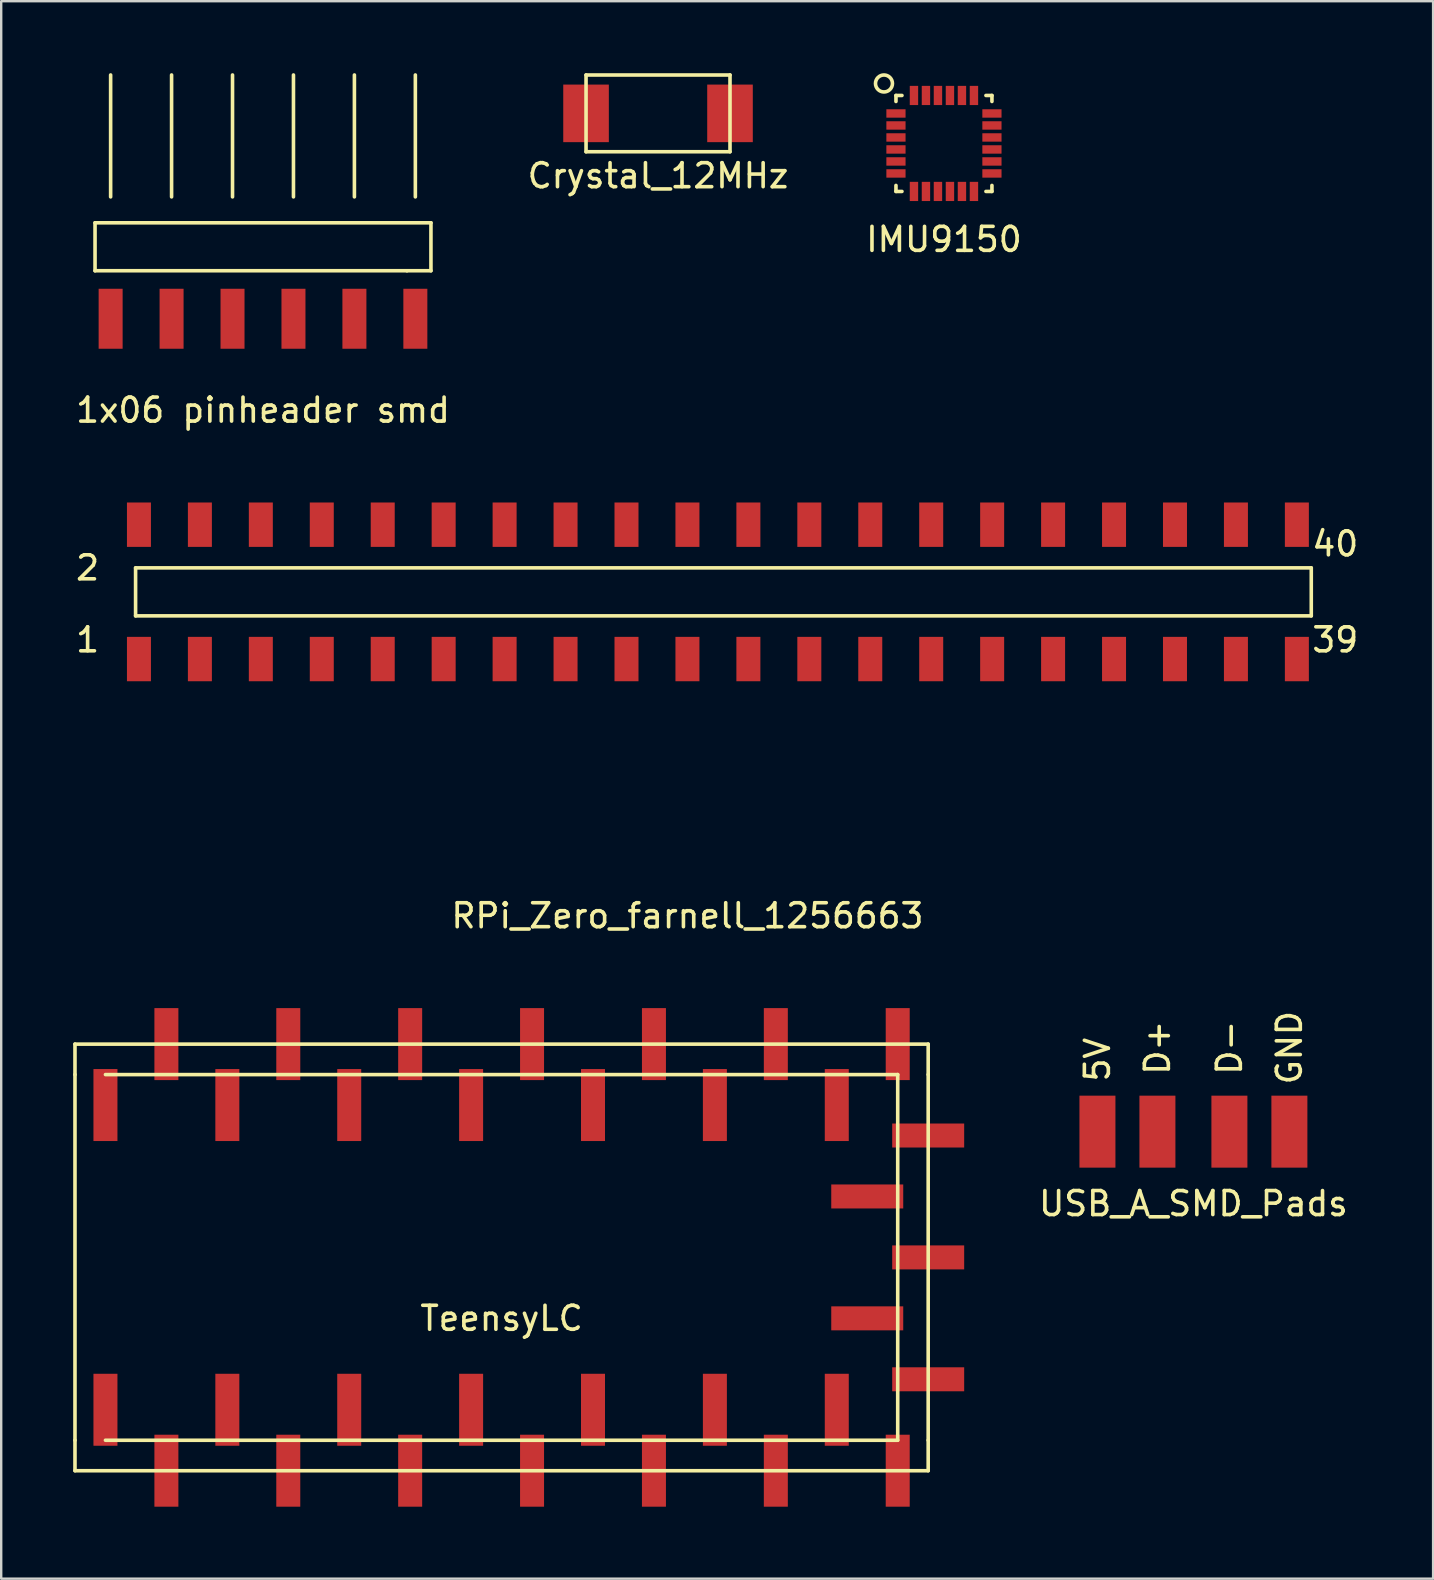
<source format=kicad_pcb>
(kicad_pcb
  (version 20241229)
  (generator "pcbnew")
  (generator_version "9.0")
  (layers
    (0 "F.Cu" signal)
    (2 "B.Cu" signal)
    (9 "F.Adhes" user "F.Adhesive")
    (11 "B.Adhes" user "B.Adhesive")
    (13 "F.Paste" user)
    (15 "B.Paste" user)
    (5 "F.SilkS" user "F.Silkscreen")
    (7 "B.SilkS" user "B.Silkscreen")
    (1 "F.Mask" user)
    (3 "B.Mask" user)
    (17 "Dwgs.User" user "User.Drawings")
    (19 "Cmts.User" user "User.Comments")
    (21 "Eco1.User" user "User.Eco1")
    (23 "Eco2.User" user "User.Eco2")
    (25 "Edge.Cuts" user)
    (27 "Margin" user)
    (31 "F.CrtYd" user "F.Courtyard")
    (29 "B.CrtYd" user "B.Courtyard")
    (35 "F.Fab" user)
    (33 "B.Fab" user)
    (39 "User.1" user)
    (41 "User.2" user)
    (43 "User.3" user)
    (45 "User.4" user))
  (footprint "TeensyLC"
    (layer "F.Cu")
    (at 17.855 49.356)
    (property "Reference" "TeensyLC" (at 0 2.54 0) (layer "F.SilkS") (effects (font (size 1 1) (thickness 0.15))))
    (attr through_hole)
    (fp_line (start -17.78 -7.62) (end -17.78 -8.89) (stroke (width 0.15) (type solid)) (layer "F.SilkS"))
    (fp_line (start -17.78 -7.62) (end -17.78 7.62) (stroke (width 0.15) (type solid)) (layer "F.SilkS"))
    (fp_line (start -17.78 8.89) (end -17.78 7.62) (stroke (width 0.15) (type solid)) (layer "F.SilkS"))
    (fp_line (start -17.78 8.89) (end 17.78 8.89) (stroke (width 0.15) (type solid)) (layer "F.SilkS"))
    (fp_line (start -16.51 -7.62) (end 16.51 -7.62) (stroke (width 0.15) (type solid)) (layer "F.SilkS"))
    (fp_line (start 16.51 -7.62) (end 16.51 7.62) (stroke (width 0.15) (type solid)) (layer "F.SilkS"))
    (fp_line (start 16.51 7.62) (end -16.51 7.62) (stroke (width 0.15) (type solid)) (layer "F.SilkS"))
    (fp_line (start 17.78 -8.89) (end -17.78 -8.89) (stroke (width 0.15) (type solid)) (layer "F.SilkS"))
    (fp_line (start 17.78 -7.62) (end 17.78 -8.89) (stroke (width 0.15) (type solid)) (layer "F.SilkS"))
    (fp_line (start 17.78 7.62) (end 17.78 -7.62) (stroke (width 0.15) (type solid)) (layer "F.SilkS"))
    (fp_line (start 17.78 8.89) (end 17.78 7.62) (stroke (width 0.15) (type solid)) (layer "F.SilkS"))
    (pad "1" smd rect (at -16.51 6.35) (size 1 3) (layers "F.Cu" "F.Mask" "F.Paste"))
    (pad "2" smd rect (at -13.97 8.89) (size 1 3) (layers "F.Cu" "F.Mask" "F.Paste"))
    (pad "3" smd rect (at -11.43 6.35) (size 1 3) (layers "F.Cu" "F.Mask" "F.Paste"))
    (pad "4" smd rect (at -8.89 8.89) (size 1 3) (layers "F.Cu" "F.Mask" "F.Paste"))
    (pad "5" smd rect (at -6.35 6.35) (size 1 3) (layers "F.Cu" "F.Mask" "F.Paste"))
    (pad "6" smd rect (at -3.81 8.89) (size 1 3) (layers "F.Cu" "F.Mask" "F.Paste"))
    (pad "7" smd rect (at -1.27 6.35) (size 1 3) (layers "F.Cu" "F.Mask" "F.Paste"))
    (pad "8" smd rect (at 1.27 8.89) (size 1 3) (layers "F.Cu" "F.Mask" "F.Paste"))
    (pad "9" smd rect (at 3.81 6.35) (size 1 3) (layers "F.Cu" "F.Mask" "F.Paste"))
    (pad "10" smd rect (at 6.35 8.89) (size 1 3) (layers "F.Cu" "F.Mask" "F.Paste"))
    (pad "11" smd rect (at 8.89 6.35) (size 1 3) (layers "F.Cu" "F.Mask" "F.Paste"))
    (pad "12" smd rect (at 11.43 8.89) (size 1 3) (layers "F.Cu" "F.Mask" "F.Paste"))
    (pad "13" smd rect (at 13.97 6.35) (size 1 3) (layers "F.Cu" "F.Mask" "F.Paste"))
    (pad "14" smd rect (at 16.51 8.89) (size 1 3) (layers "F.Cu" "F.Mask" "F.Paste"))
    (pad "15" smd rect (at 17.78 5.08) (size 3 1) (layers "F.Cu" "F.Mask" "F.Paste"))
    (pad "16" smd rect (at 15.24 2.54) (size 3 1) (layers "F.Cu" "F.Mask" "F.Paste"))
    (pad "17" smd rect (at 17.78 0) (size 3 1) (layers "F.Cu" "F.Mask" "F.Paste"))
    (pad "18" smd rect (at 15.24 -2.54) (size 3 1) (layers "F.Cu" "F.Mask" "F.Paste"))
    (pad "19" smd rect (at 17.78 -5.08) (size 3 1) (layers "F.Cu" "F.Mask" "F.Paste"))
    (pad "20" smd rect (at 16.51 -8.89) (size 1 3) (layers "F.Cu" "F.Mask" "F.Paste"))
    (pad "21" smd rect (at 13.97 -6.35) (size 1 3) (layers "F.Cu" "F.Mask" "F.Paste"))
    (pad "22" smd rect (at 11.43 -8.89) (size 1 3) (layers "F.Cu" "F.Mask" "F.Paste"))
    (pad "23" smd rect (at 8.89 -6.35) (size 1 3) (layers "F.Cu" "F.Mask" "F.Paste"))
    (pad "24" smd rect (at 6.35 -8.89) (size 1 3) (layers "F.Cu" "F.Mask" "F.Paste"))
    (pad "25" smd rect (at 3.81 -6.35) (size 1 3) (layers "F.Cu" "F.Mask" "F.Paste"))
    (pad "26" smd rect (at 1.27 -8.89) (size 1 3) (layers "F.Cu" "F.Mask" "F.Paste"))
    (pad "27" smd rect (at -1.27 -6.35) (size 1 3) (layers "F.Cu" "F.Mask" "F.Paste"))
    (pad "28" smd rect (at -3.81 -8.89) (size 1 3) (layers "F.Cu" "F.Mask" "F.Paste"))
    (pad "29" smd rect (at -6.35 -6.35) (size 1 3) (layers "F.Cu" "F.Mask" "F.Paste"))
    (pad "30" smd rect (at -8.89 -8.89) (size 1 3) (layers "F.Cu" "F.Mask" "F.Paste"))
    (pad "31" smd rect (at -11.43 -6.35) (size 1 3) (layers "F.Cu" "F.Mask" "F.Paste"))
    (pad "32" smd rect (at -13.97 -8.89) (size 1 3) (layers "F.Cu" "F.Mask" "F.Paste"))
    (pad "33" smd rect (at -16.51 -6.35) (size 1 3) (layers "F.Cu" "F.Mask" "F.Paste")))
  (footprint "1x06 pinheader smd"
    (layer "F.Cu")
    (at 7.911 10.235)
    (property "Reference" "1x06 pinheader smd" (at 0 3.81 0) (layer "F.SilkS") (effects (font (size 1 1) (thickness 0.15))))
    (attr through_hole)
    (fp_line (start -7 -4) (end -7 -2) (stroke (width 0.15) (type solid)) (layer "F.SilkS"))
    (fp_line (start -7 -2) (end 6 -2) (stroke (width 0.15) (type solid)) (layer "F.SilkS"))
    (fp_line (start -6.35 -10.16) (end -6.35 -5.08) (stroke (width 0.15) (type solid)) (layer "F.SilkS"))
    (fp_line (start -3.81 -10.16) (end -3.81 -5.08) (stroke (width 0.15) (type solid)) (layer "F.SilkS"))
    (fp_line (start -1.27 -10.16) (end -1.27 -5.08) (stroke (width 0.15) (type solid)) (layer "F.SilkS"))
    (fp_line (start 1.27 -10.16) (end 1.27 -5.08) (stroke (width 0.15) (type solid)) (layer "F.SilkS"))
    (fp_line (start 3.81 -10.16) (end 3.81 -5.08) (stroke (width 0.15) (type solid)) (layer "F.SilkS"))
    (fp_line (start 6 -2) (end 7 -2) (stroke (width 0.15) (type solid)) (layer "F.SilkS"))
    (fp_line (start 6.35 -10.16) (end 6.35 -5.08) (stroke (width 0.15) (type solid)) (layer "F.SilkS"))
    (fp_line (start 7 -4) (end -7 -4) (stroke (width 0.15) (type solid)) (layer "F.SilkS"))
    (fp_line (start 7 -2) (end 7 -4) (stroke (width 0.15) (type solid)) (layer "F.SilkS"))
    (pad "1" smd rect (at 6.35 0) (size 1 2.5) (layers "F.Cu" "F.Mask" "F.Paste"))
    (pad "2" smd rect (at 3.81 0) (size 1 2.5) (layers "F.Cu" "F.Mask" "F.Paste"))
    (pad "3" smd rect (at 1.27 0) (size 1 2.5) (layers "F.Cu" "F.Mask" "F.Paste"))
    (pad "4" smd rect (at -1.27 0) (size 1 2.5) (layers "F.Cu" "F.Mask" "F.Paste"))
    (pad "5" smd rect (at -3.81 0) (size 1 2.5) (layers "F.Cu" "F.Mask" "F.Paste"))
    (pad "6" smd rect (at -6.35 0) (size 1 2.5) (layers "F.Cu" "F.Mask" "F.Paste")))
  (footprint "IMU9150"
    (layer "F.Cu")
    (at 36.292 2.929)
    (property "Reference" "IMU9150" (at 0 4 0) (layer "F.SilkS") (effects (font (size 1 1) (thickness 0.15))))
    (attr through_hole)
    (fp_line (start -2 -2) (end -1.75 -2) (stroke (width 0.15) (type solid)) (layer "F.SilkS"))
    (fp_line (start -2 -1.75) (end -2 -2) (stroke (width 0.15) (type solid)) (layer "F.SilkS"))
    (fp_line (start -2 2) (end -2 1.75) (stroke (width 0.15) (type solid)) (layer "F.SilkS"))
    (fp_line (start -1.75 2) (end -2 2) (stroke (width 0.15) (type solid)) (layer "F.SilkS"))
    (fp_line (start 1.75 -2) (end 2 -2) (stroke (width 0.15) (type solid)) (layer "F.SilkS"))
    (fp_line (start 1.75 2) (end 2 2) (stroke (width 0.15) (type solid)) (layer "F.SilkS"))
    (fp_line (start 2 -2) (end 2 -1.75) (stroke (width 0.15) (type solid)) (layer "F.SilkS"))
    (fp_line (start 2 2) (end 2 1.75) (stroke (width 0.15) (type solid)) (layer "F.SilkS"))
    (fp_circle (center -2.5 -2.5) (end -2.25 -2.25) (stroke (width 0.15) (type solid)) (fill no) (layer "F.SilkS"))
    (pad "1" smd rect (at -2 -1.25) (size 0.8 0.35) (layers "F.Cu" "F.Mask" "F.Paste"))
    (pad "2" smd rect (at -2 -0.75) (size 0.8 0.35) (layers "F.Cu" "F.Mask" "F.Paste"))
    (pad "3" smd rect (at -2 -0.25) (size 0.8 0.35) (layers "F.Cu" "F.Mask" "F.Paste"))
    (pad "4" smd rect (at -2 0.25) (size 0.8 0.35) (layers "F.Cu" "F.Mask" "F.Paste"))
    (pad "5" smd rect (at -2 0.75) (size 0.8 0.35) (layers "F.Cu" "F.Mask" "F.Paste"))
    (pad "6" smd rect (at -2 1.25) (size 0.8 0.35) (layers "F.Cu" "F.Mask" "F.Paste"))
    (pad "7" smd rect (at -1.25 2) (size 0.35 0.8) (layers "F.Cu" "F.Mask" "F.Paste"))
    (pad "8" smd rect (at -0.75 2) (size 0.35 0.8) (layers "F.Cu" "F.Mask" "F.Paste"))
    (pad "9" smd rect (at -0.25 2) (size 0.35 0.8) (layers "F.Cu" "F.Mask" "F.Paste"))
    (pad "10" smd rect (at 0.25 2) (size 0.35 0.8) (layers "F.Cu" "F.Mask" "F.Paste"))
    (pad "11" smd rect (at 0.75 2) (size 0.35 0.8) (layers "F.Cu" "F.Mask" "F.Paste"))
    (pad "12" smd rect (at 1.25 2) (size 0.35 0.8) (layers "F.Cu" "F.Mask" "F.Paste"))
    (pad "13" smd rect (at 2 1.25) (size 0.8 0.35) (layers "F.Cu" "F.Mask" "F.Paste"))
    (pad "14" smd rect (at 2 0.75) (size 0.8 0.35) (layers "F.Cu" "F.Mask" "F.Paste"))
    (pad "15" smd rect (at 2 0.25) (size 0.8 0.35) (layers "F.Cu" "F.Mask" "F.Paste"))
    (pad "16" smd rect (at 2 -0.25) (size 0.8 0.35) (layers "F.Cu" "F.Mask" "F.Paste"))
    (pad "17" smd rect (at 2 -0.75) (size 0.8 0.35) (layers "F.Cu" "F.Mask" "F.Paste"))
    (pad "18" smd rect (at 2 -1.25) (size 0.8 0.35) (layers "F.Cu" "F.Mask" "F.Paste"))
    (pad "19" smd rect (at 1.25 -2) (size 0.35 0.8) (layers "F.Cu" "F.Mask" "F.Paste"))
    (pad "20" smd rect (at 0.75 -2) (size 0.35 0.8) (layers "F.Cu" "F.Mask" "F.Paste"))
    (pad "21" smd rect (at 0.25 -2) (size 0.35 0.8) (layers "F.Cu" "F.Mask" "F.Paste"))
    (pad "22" smd rect (at -0.25 -2) (size 0.35 0.8) (layers "F.Cu" "F.Mask" "F.Paste"))
    (pad "23" smd rect (at -0.75 -2) (size 0.35 0.8) (layers "F.Cu" "F.Mask" "F.Paste"))
    (pad "24" smd rect (at -1.25 -2) (size 0.35 0.8) (layers "F.Cu" "F.Mask" "F.Paste")))
  (footprint "USB_A_SMD_Pads"
    (layer "F.Cu")
    (at 46.689 44.115)
    (property "Reference" "USB_A_SMD_Pads" (at 0 3 0) (layer "F.SilkS") (effects (font (size 1 1) (thickness 0.15))))
    (attr through_hole)
    (fp_text user "D-" (at 1.5 -3.5 90) (layer "F.SilkS") (effects (font (size 1 1) (thickness 0.15))))
    (fp_text user "D+" (at -1.5 -3.5 90) (layer "F.SilkS") (effects (font (size 1 1) (thickness 0.15))))
    (fp_text user "GND" (at 4 -3.5 90) (layer "F.SilkS") (effects (font (size 1 1) (thickness 0.15))))
    (fp_text user "5V" (at -4 -3 90) (layer "F.SilkS") (effects (font (size 1 1) (thickness 0.15))))
    (pad "1" smd rect (at -4 0) (size 1.5 3) (layers "F.Cu" "F.Mask" "F.Paste"))
    (pad "2" smd rect (at -1.5 0) (size 1.5 3) (layers "F.Cu" "F.Mask" "F.Paste"))
    (pad "3" smd rect (at 1.5 0) (size 1.5 3) (layers "F.Cu" "F.Mask" "F.Paste"))
    (pad "4" smd rect (at 4 0) (size 1.5 3) (layers "F.Cu" "F.Mask" "F.Paste")))
  (footprint "Crystal_12MHz"
    (layer "F.Cu")
    (at 24.375 1.675)
    (property "Reference" "Crystal_12MHz" (at 0 2.6 0) (layer "F.SilkS") (effects (font (size 1 1) (thickness 0.15))))
    (attr through_hole)
    (fp_line (start -3 -1.6) (end -3 1.6) (stroke (width 0.15) (type solid)) (layer "F.SilkS"))
    (fp_line (start -3 1.6) (end 3 1.6) (stroke (width 0.15) (type solid)) (layer "F.SilkS"))
    (fp_line (start 3 -1.6) (end -3 -1.6) (stroke (width 0.15) (type solid)) (layer "F.SilkS"))
    (fp_line (start 3 1.6) (end 3 -1.6) (stroke (width 0.15) (type solid)) (layer "F.SilkS"))
    (pad "1" smd rect (at -3 0) (size 1.9 2.4) (layers "F.Cu" "F.Mask" "F.Paste"))
    (pad "2" smd rect (at 3 0) (size 1.9 2.4) (layers "F.Cu" "F.Mask" "F.Paste")))
  (footprint "RPi_Zero_farnell_1256663"
    (layer "F.Cu")
    (at 25.601 21.618)
    (property "Reference" "RPi_Zero_farnell_1256663" (at 0 13.5 0) (layer "F.SilkS") (effects (font (size 1 1) (thickness 0.15))))
    (attr through_hole)
    (fp_line (start -23 -1) (end -23 1) (stroke (width 0.15) (type solid)) (layer "F.SilkS"))
    (fp_line (start -23 1) (end 26 1) (stroke (width 0.15) (type solid)) (layer "F.SilkS"))
    (fp_line (start 26 -1) (end -23 -1) (stroke (width 0.15) (type solid)) (layer "F.SilkS"))
    (fp_line (start 26 1) (end 26 -1) (stroke (width 0.15) (type solid)) (layer "F.SilkS"))
    (fp_text user "1" (at -25 2 0) (layer "F.SilkS") (effects (font (size 1 1) (thickness 0.15))))
    (fp_text user "2" (at -25 -1 0) (layer "F.SilkS") (effects (font (size 1 1) (thickness 0.15))))
    (fp_text user "40" (at 27 -2 0) (layer "F.SilkS") (effects (font (size 1 1) (thickness 0.15))))
    (fp_text user "39" (at 27 2 0) (layer "F.SilkS") (effects (font (size 1 1) (thickness 0.15))))
    (pad "1" smd rect (at -22.86 2.8) (size 1 1.85) (layers "F.Cu" "F.Mask" "F.Paste"))
    (pad "2" smd rect (at -22.86 -2.8) (size 1 1.85) (layers "F.Cu" "F.Mask" "F.Paste"))
    (pad "3" smd rect (at -20.32 2.8) (size 1 1.85) (layers "F.Cu" "F.Mask" "F.Paste"))
    (pad "4" smd rect (at -20.32 -2.8) (size 1 1.85) (layers "F.Cu" "F.Mask" "F.Paste"))
    (pad "5" smd rect (at -17.78 2.8) (size 1 1.85) (layers "F.Cu" "F.Mask" "F.Paste"))
    (pad "6" smd rect (at -17.78 -2.8) (size 1 1.85) (layers "F.Cu" "F.Mask" "F.Paste"))
    (pad "7" smd rect (at -15.24 2.8) (size 1 1.85) (layers "F.Cu" "F.Mask" "F.Paste"))
    (pad "8" smd rect (at -15.24 -2.8) (size 1 1.85) (layers "F.Cu" "F.Mask" "F.Paste"))
    (pad "9" smd rect (at -12.7 2.8) (size 1 1.85) (layers "F.Cu" "F.Mask" "F.Paste"))
    (pad "10" smd rect (at -12.7 -2.8) (size 1 1.85) (layers "F.Cu" "F.Mask" "F.Paste"))
    (pad "11" smd rect (at -10.16 2.8) (size 1 1.85) (layers "F.Cu" "F.Mask" "F.Paste"))
    (pad "12" smd rect (at -10.16 -2.8) (size 1 1.85) (layers "F.Cu" "F.Mask" "F.Paste"))
    (pad "13" smd rect (at -7.62 2.8) (size 1 1.85) (layers "F.Cu" "F.Mask" "F.Paste"))
    (pad "14" smd rect (at -7.62 -2.8) (size 1 1.85) (layers "F.Cu" "F.Mask" "F.Paste"))
    (pad "15" smd rect (at -5.08 2.8) (size 1 1.85) (layers "F.Cu" "F.Mask" "F.Paste"))
    (pad "16" smd rect (at -5.08 -2.8) (size 1 1.85) (layers "F.Cu" "F.Mask" "F.Paste"))
    (pad "17" smd rect (at -2.54 2.8) (size 1 1.85) (layers "F.Cu" "F.Mask" "F.Paste"))
    (pad "18" smd rect (at -2.54 -2.8) (size 1 1.85) (layers "F.Cu" "F.Mask" "F.Paste"))
    (pad "19" smd rect (at 0 2.8) (size 1 1.85) (layers "F.Cu" "F.Mask" "F.Paste"))
    (pad "20" smd rect (at 0 -2.8) (size 1 1.85) (layers "F.Cu" "F.Mask" "F.Paste"))
    (pad "21" smd rect (at 2.54 2.8) (size 1 1.85) (layers "F.Cu" "F.Mask" "F.Paste"))
    (pad "22" smd rect (at 2.54 -2.8) (size 1 1.85) (layers "F.Cu" "F.Mask" "F.Paste"))
    (pad "23" smd rect (at 5.08 2.8) (size 1 1.85) (layers "F.Cu" "F.Mask" "F.Paste"))
    (pad "24" smd rect (at 5.08 -2.8) (size 1 1.85) (layers "F.Cu" "F.Mask" "F.Paste"))
    (pad "25" smd rect (at 7.62 2.8) (size 1 1.85) (layers "F.Cu" "F.Mask" "F.Paste"))
    (pad "26" smd rect (at 7.62 -2.8) (size 1 1.85) (layers "F.Cu" "F.Mask" "F.Paste"))
    (pad "27" smd rect (at 10.16 2.8) (size 1 1.85) (layers "F.Cu" "F.Mask" "F.Paste"))
    (pad "28" smd rect (at 10.16 -2.8) (size 1 1.85) (layers "F.Cu" "F.Mask" "F.Paste"))
    (pad "29" smd rect (at 12.7 2.8) (size 1 1.85) (layers "F.Cu" "F.Mask" "F.Paste"))
    (pad "30" smd rect (at 12.7 -2.8) (size 1 1.85) (layers "F.Cu" "F.Mask" "F.Paste"))
    (pad "31" smd rect (at 15.24 2.8) (size 1 1.85) (layers "F.Cu" "F.Mask" "F.Paste"))
    (pad "32" smd rect (at 15.24 -2.8) (size 1 1.85) (layers "F.Cu" "F.Mask" "F.Paste"))
    (pad "33" smd rect (at 17.78 2.8) (size 1 1.85) (layers "F.Cu" "F.Mask" "F.Paste"))
    (pad "34" smd rect (at 17.78 -2.8) (size 1 1.85) (layers "F.Cu" "F.Mask" "F.Paste"))
    (pad "35" smd rect (at 20.32 2.8) (size 1 1.85) (layers "F.Cu" "F.Mask" "F.Paste"))
    (pad "36" smd rect (at 20.32 -2.8) (size 1 1.85) (layers "F.Cu" "F.Mask" "F.Paste"))
    (pad "37" smd rect (at 22.86 2.8) (size 1 1.85) (layers "F.Cu" "F.Mask" "F.Paste"))
    (pad "38" smd rect (at 22.86 -2.8) (size 1 1.85) (layers "F.Cu" "F.Mask" "F.Paste"))
    (pad "39" smd rect (at 25.4 2.8) (size 1 1.85) (layers "F.Cu" "F.Mask" "F.Paste"))
    (pad "40" smd rect (at 25.4 -2.8) (size 1 1.85) (layers "F.Cu" "F.Mask" "F.Paste")))
  (gr_rect
    (start -3 -3)
    (end 56.679 62.746)
    (stroke (width 0.1) (type default))
    (fill no)
    (layer "Edge.Cuts")))
</source>
